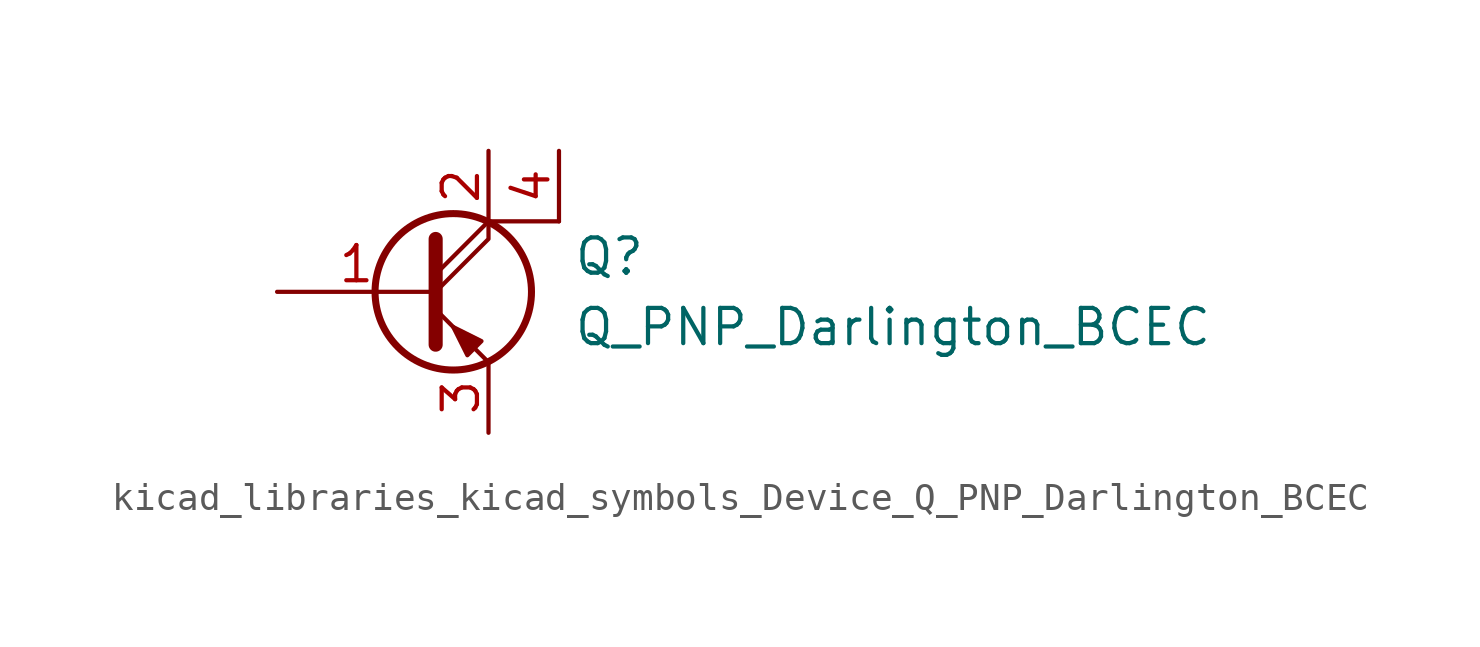
<source format=kicad_sym>
(kicad_symbol_lib
  (version 20220914)
  (generator kicad_symbol_editor)
  (symbol "kicad_libraries_kicad_symbols_Device_Q_PNP_Darlington_BCEC"
    (pin_names
      (offset 0) hide)
    (property "Reference" "Q"
      (at 5.588 1.27 0)
      (effects (font (size 1.27 1.27)) (justify left)))
    (property "Value" "Q_PNP_Darlington_BCEC"
      (at 5.588 -1.27 0)
      (effects (font (size 1.27 1.27)) (justify left)))
    (symbol "kicad_libraries_kicad_symbols_Device_Q_PNP_Darlington_BCEC_0_1"
      (polyline (pts (xy 0.635 0.635) (xy 2.54 2.54)) (stroke (width 0) (type default)) (fill (type none)))
      (polyline (pts (xy 5.08 2.54) (xy 2.54 2.54)) (stroke (width 0) (type default)) (fill (type none)))
      (polyline (pts (xy 0.635 -0.635) (xy 2.54 -2.54) (xy 2.54 -2.54)) (stroke (width 0) (type default)) (fill (type none)))
      (polyline (pts (xy 0.635 0) (xy 2.54 1.905) (xy 2.54 2.54)) (stroke (width 0) (type default)) (fill (type none)))
      (polyline (pts (xy 0.635 1.905) (xy 0.635 -1.905) (xy 0.635 -1.905)) (stroke (width 0.508) (type default)) (fill (type none)))
      (polyline (pts (xy 2.286 -1.778) (xy 1.778 -2.286) (xy 1.27 -1.27) (xy 2.286 -1.778) (xy 2.286 -1.778)) (stroke (width 0) (type default)) (fill (type outline)))
      (circle (center 1.27 0) (radius 2.819) (stroke (width 0.254) (type default)) (fill (type none))))
    (symbol "kicad_libraries_kicad_symbols_Device_Q_PNP_Darlington_BCEC_1_1"
      (pin input line (at -5.08 0 0) (length 5.715) (name "B" (effects (font (size 1.27 1.27)))) (number "1" (effects (font (size 1.27 1.27)))))
      (pin passive line (at 2.54 5.08 270) (length 2.54) (name "C" (effects (font (size 1.27 1.27)))) (number "2" (effects (font (size 1.27 1.27)))))
      (pin passive line (at 2.54 -5.08 90) (length 2.54) (name "E" (effects (font (size 1.27 1.27)))) (number "3" (effects (font (size 1.27 1.27)))))
      (pin passive line (at 5.08 5.08 270) (length 2.54) (name "C" (effects (font (size 1.27 1.27)))) (number "4" (effects (font (size 1.27 1.27))))))))
</source>
